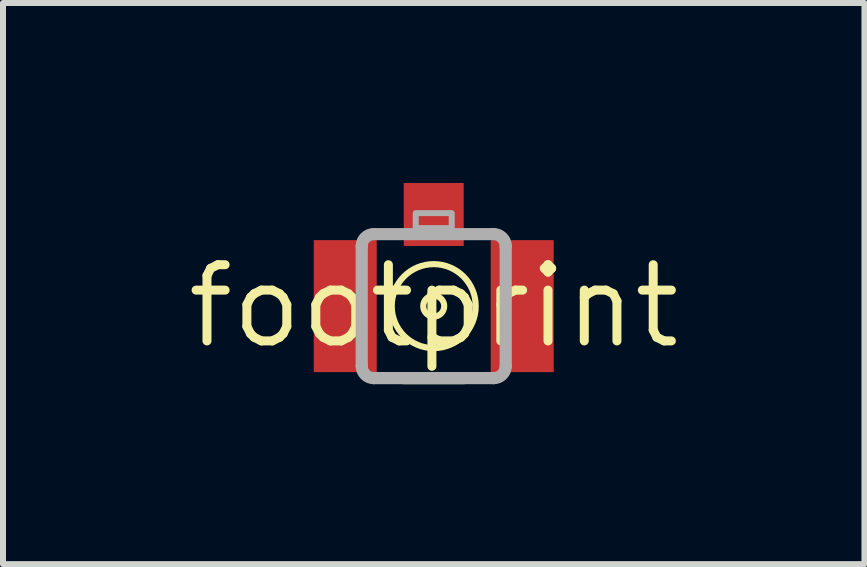
<source format=kicad_pcb>
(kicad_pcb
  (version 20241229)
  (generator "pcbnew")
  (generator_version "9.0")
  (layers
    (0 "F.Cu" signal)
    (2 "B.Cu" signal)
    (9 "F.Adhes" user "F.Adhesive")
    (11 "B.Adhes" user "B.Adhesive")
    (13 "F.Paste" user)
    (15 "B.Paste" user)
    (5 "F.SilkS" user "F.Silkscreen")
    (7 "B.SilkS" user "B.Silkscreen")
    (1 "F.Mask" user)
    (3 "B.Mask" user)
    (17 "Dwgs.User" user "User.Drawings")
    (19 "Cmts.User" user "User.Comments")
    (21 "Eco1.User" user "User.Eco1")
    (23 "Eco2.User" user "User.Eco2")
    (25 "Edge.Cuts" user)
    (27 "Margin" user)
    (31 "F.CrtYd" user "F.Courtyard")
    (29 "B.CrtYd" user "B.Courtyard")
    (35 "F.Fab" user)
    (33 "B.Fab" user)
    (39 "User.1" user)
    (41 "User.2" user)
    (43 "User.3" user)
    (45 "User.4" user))
  (footprint "footprint"
    (layer "F.Cu")
    (at 4.18 2.053)
    (property "Reference" "footprint" (at 0 0 0) (layer "F.SilkS") (effects (font (size 1.27 1.27) (thickness 0.15))))
    (fp_line (start 0.5 1.2) (end -0.5 1.2) (stroke (width 0.203) (type solid)) (layer "F.SilkS"))
    (fp_circle (center 0 0) (end 0.175 0) (stroke (width 0.102) (type solid)) (fill no) (layer "F.SilkS"))
    (fp_circle (center 0 0) (end 0.7 0) (stroke (width 0.102) (type solid)) (fill no) (layer "F.SilkS"))
    (fp_line (start -1.2 1) (end -1.2 -1) (stroke (width 0.203) (type solid)) (layer "F.Fab"))
    (fp_line (start -1 -1.2) (end 1 -1.2) (stroke (width 0.203) (type solid)) (layer "F.Fab"))
    (fp_line (start 1 1.2) (end -1 1.2) (stroke (width 0.203) (type solid)) (layer "F.Fab"))
    (fp_line (start 1.2 -1) (end 1.2 1) (stroke (width 0.203) (type solid)) (layer "F.Fab"))
    (fp_arc (start -1.2 -1) (mid -1.141421 -1.141421) (end -1 -1.2) (stroke (width 0.2032) (type solid)) (layer "F.Fab"))
    (fp_arc (start -1 1.2) (mid -1.141421 1.141421) (end -1.2 1) (stroke (width 0.2032) (type solid)) (layer "F.Fab"))
    (fp_arc (start 1 -1.2) (mid 1.141421 -1.141421) (end 1.2 -1) (stroke (width 0.2032) (type solid)) (layer "F.Fab"))
    (fp_arc (start 1.2 1) (mid 1.141421 1.141421) (end 1 1.2) (stroke (width 0.2032) (type solid)) (layer "F.Fab"))
    (fp_poly (pts (xy -0.3 -1.3) (xy 0.3 -1.3) (xy 0.3 -1.55) (xy -0.3 -1.55)) (stroke (width 0.1) (type solid)) (fill no) (layer "F.Fab"))
    (pad "1" smd rect (at 0 -1.528) (size 1 1.05) (layers "F.Cu" "F.Mask" "F.Paste"))
    (pad "2@1" smd rect (at -1.475 0) (size 1.05 2.2) (layers "F.Cu" "F.Mask" "F.Paste"))
    (pad "2@2" smd rect (at 1.475 0) (size 1.05 2.2) (layers "F.Cu" "F.Mask" "F.Paste")))
  (gr_rect
    (start -3 -3)
    (end 11.36 6.354)
    (stroke (width 0.1) (type default))
    (fill no)
    (layer "Edge.Cuts")))
</source>
